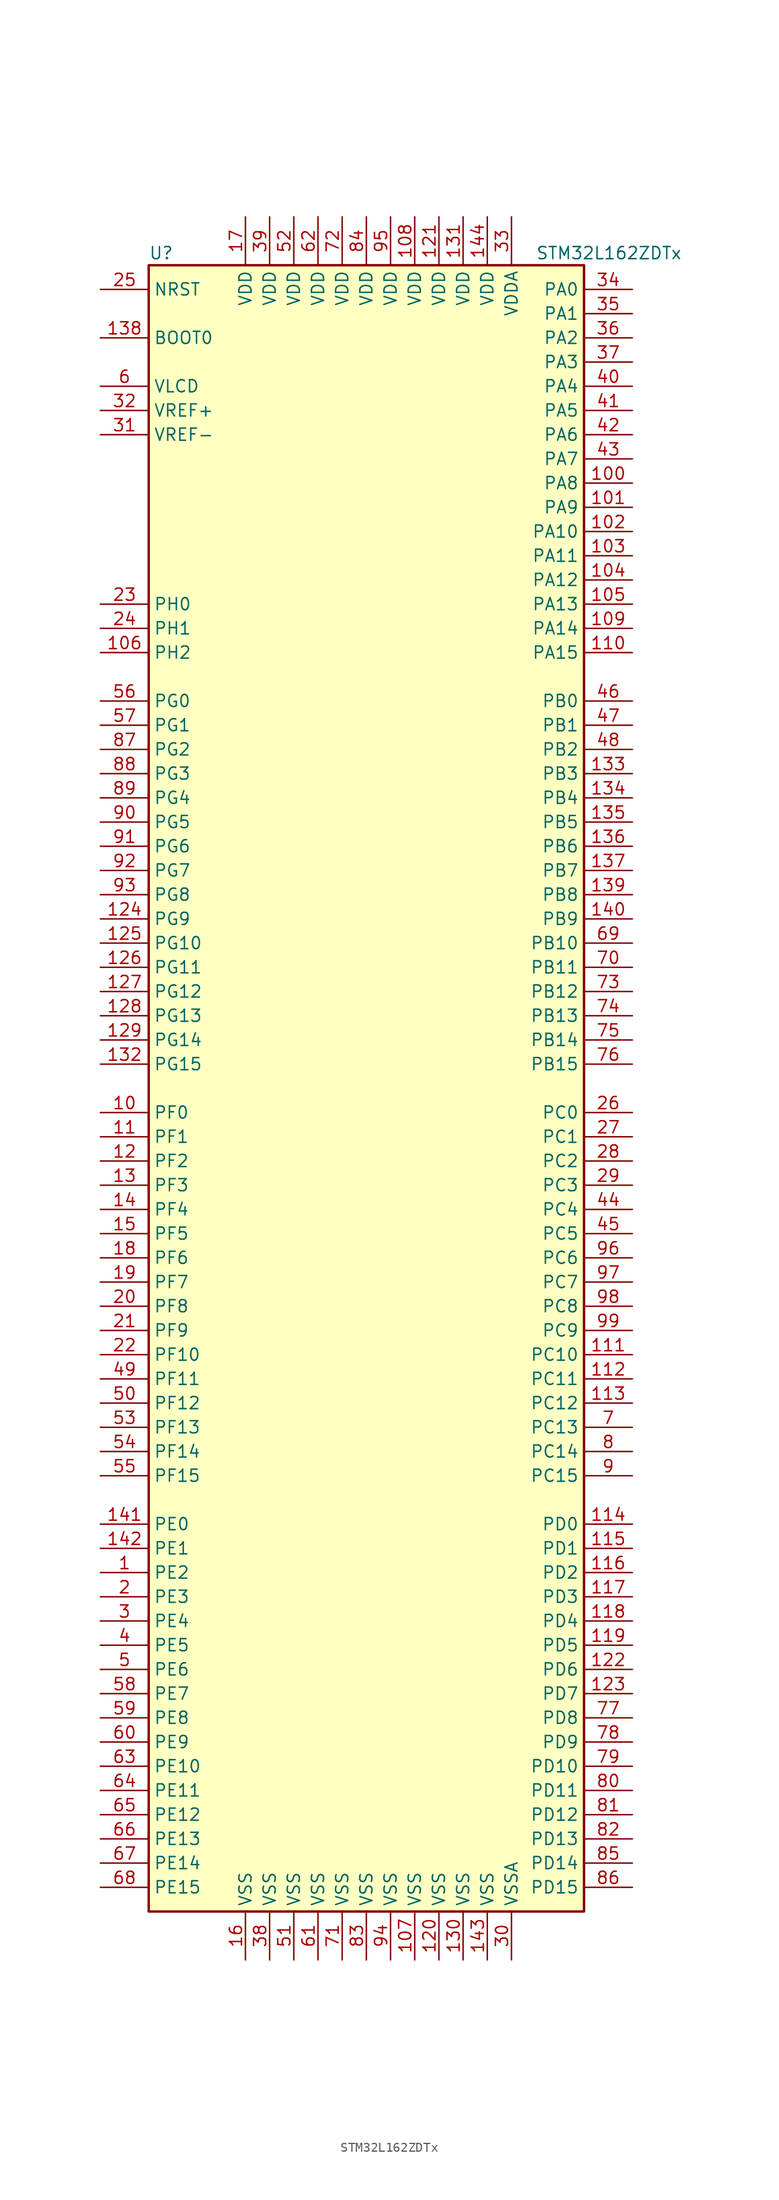
<source format=kicad_sym>
(kicad_symbol_lib
  (version 20201005)
  (generator kicad_symbol_editor)
  (symbol "STM32L162ZDTx"
    (property "Reference" "U"
      (at -22.86 87.63 0)
      (effects (font (size 1.27 1.27)) (justify left)))
    (property "Value" "STM32L162ZDTx"
      (at 17.78 87.63 0)
      (effects (font (size 1.27 1.27)) (justify left)))
    (symbol "STM32L162ZDTx_0_1"
      (rectangle (start -22.86 -86.36) (end 22.86 86.36) (stroke (width 0.254)) (fill (type background))))
    (symbol "STM32L162ZDTx_1_1"
      (pin input line (at -27.94 78.74 0) (length 5.08) (name "BOOT0" (effects (font (size 1.27 1.27)))) (number "138" (effects (font (size 1.27 1.27)))))
      (pin input line (at -27.94 83.82 0) (length 5.08) (name "NRST" (effects (font (size 1.27 1.27)))) (number "25" (effects (font (size 1.27 1.27)))))
      (pin bidirectional line (at 27.94 83.82 180) (length 5.08) (name "PA0" (effects (font (size 1.27 1.27)))) (number "34" (effects (font (size 1.27 1.27)))))
      (pin bidirectional line (at 27.94 81.28 180) (length 5.08) (name "PA1" (effects (font (size 1.27 1.27)))) (number "35" (effects (font (size 1.27 1.27)))))
      (pin bidirectional line (at 27.94 58.42 180) (length 5.08) (name "PA10" (effects (font (size 1.27 1.27)))) (number "102" (effects (font (size 1.27 1.27)))))
      (pin bidirectional line (at 27.94 55.88 180) (length 5.08) (name "PA11" (effects (font (size 1.27 1.27)))) (number "103" (effects (font (size 1.27 1.27)))))
      (pin bidirectional line (at 27.94 53.34 180) (length 5.08) (name "PA12" (effects (font (size 1.27 1.27)))) (number "104" (effects (font (size 1.27 1.27)))))
      (pin bidirectional line (at 27.94 50.8 180) (length 5.08) (name "PA13" (effects (font (size 1.27 1.27)))) (number "105" (effects (font (size 1.27 1.27)))))
      (pin bidirectional line (at 27.94 48.26 180) (length 5.08) (name "PA14" (effects (font (size 1.27 1.27)))) (number "109" (effects (font (size 1.27 1.27)))))
      (pin bidirectional line (at 27.94 45.72 180) (length 5.08) (name "PA15" (effects (font (size 1.27 1.27)))) (number "110" (effects (font (size 1.27 1.27)))))
      (pin bidirectional line (at 27.94 78.74 180) (length 5.08) (name "PA2" (effects (font (size 1.27 1.27)))) (number "36" (effects (font (size 1.27 1.27)))))
      (pin bidirectional line (at 27.94 76.2 180) (length 5.08) (name "PA3" (effects (font (size 1.27 1.27)))) (number "37" (effects (font (size 1.27 1.27)))))
      (pin bidirectional line (at 27.94 73.66 180) (length 5.08) (name "PA4" (effects (font (size 1.27 1.27)))) (number "40" (effects (font (size 1.27 1.27)))))
      (pin bidirectional line (at 27.94 71.12 180) (length 5.08) (name "PA5" (effects (font (size 1.27 1.27)))) (number "41" (effects (font (size 1.27 1.27)))))
      (pin bidirectional line (at 27.94 68.58 180) (length 5.08) (name "PA6" (effects (font (size 1.27 1.27)))) (number "42" (effects (font (size 1.27 1.27)))))
      (pin bidirectional line (at 27.94 66.04 180) (length 5.08) (name "PA7" (effects (font (size 1.27 1.27)))) (number "43" (effects (font (size 1.27 1.27)))))
      (pin bidirectional line (at 27.94 63.5 180) (length 5.08) (name "PA8" (effects (font (size 1.27 1.27)))) (number "100" (effects (font (size 1.27 1.27)))))
      (pin bidirectional line (at 27.94 60.96 180) (length 5.08) (name "PA9" (effects (font (size 1.27 1.27)))) (number "101" (effects (font (size 1.27 1.27)))))
      (pin bidirectional line (at 27.94 40.64 180) (length 5.08) (name "PB0" (effects (font (size 1.27 1.27)))) (number "46" (effects (font (size 1.27 1.27)))))
      (pin bidirectional line (at 27.94 38.1 180) (length 5.08) (name "PB1" (effects (font (size 1.27 1.27)))) (number "47" (effects (font (size 1.27 1.27)))))
      (pin bidirectional line (at 27.94 15.24 180) (length 5.08) (name "PB10" (effects (font (size 1.27 1.27)))) (number "69" (effects (font (size 1.27 1.27)))))
      (pin bidirectional line (at 27.94 12.7 180) (length 5.08) (name "PB11" (effects (font (size 1.27 1.27)))) (number "70" (effects (font (size 1.27 1.27)))))
      (pin bidirectional line (at 27.94 10.16 180) (length 5.08) (name "PB12" (effects (font (size 1.27 1.27)))) (number "73" (effects (font (size 1.27 1.27)))))
      (pin bidirectional line (at 27.94 7.62 180) (length 5.08) (name "PB13" (effects (font (size 1.27 1.27)))) (number "74" (effects (font (size 1.27 1.27)))))
      (pin bidirectional line (at 27.94 5.08 180) (length 5.08) (name "PB14" (effects (font (size 1.27 1.27)))) (number "75" (effects (font (size 1.27 1.27)))))
      (pin bidirectional line (at 27.94 2.54 180) (length 5.08) (name "PB15" (effects (font (size 1.27 1.27)))) (number "76" (effects (font (size 1.27 1.27)))))
      (pin bidirectional line (at 27.94 35.56 180) (length 5.08) (name "PB2" (effects (font (size 1.27 1.27)))) (number "48" (effects (font (size 1.27 1.27)))))
      (pin bidirectional line (at 27.94 33.02 180) (length 5.08) (name "PB3" (effects (font (size 1.27 1.27)))) (number "133" (effects (font (size 1.27 1.27)))))
      (pin bidirectional line (at 27.94 30.48 180) (length 5.08) (name "PB4" (effects (font (size 1.27 1.27)))) (number "134" (effects (font (size 1.27 1.27)))))
      (pin bidirectional line (at 27.94 27.94 180) (length 5.08) (name "PB5" (effects (font (size 1.27 1.27)))) (number "135" (effects (font (size 1.27 1.27)))))
      (pin bidirectional line (at 27.94 25.4 180) (length 5.08) (name "PB6" (effects (font (size 1.27 1.27)))) (number "136" (effects (font (size 1.27 1.27)))))
      (pin bidirectional line (at 27.94 22.86 180) (length 5.08) (name "PB7" (effects (font (size 1.27 1.27)))) (number "137" (effects (font (size 1.27 1.27)))))
      (pin bidirectional line (at 27.94 20.32 180) (length 5.08) (name "PB8" (effects (font (size 1.27 1.27)))) (number "139" (effects (font (size 1.27 1.27)))))
      (pin bidirectional line (at 27.94 17.78 180) (length 5.08) (name "PB9" (effects (font (size 1.27 1.27)))) (number "140" (effects (font (size 1.27 1.27)))))
      (pin bidirectional line (at 27.94 -2.54 180) (length 5.08) (name "PC0" (effects (font (size 1.27 1.27)))) (number "26" (effects (font (size 1.27 1.27)))))
      (pin bidirectional line (at 27.94 -5.08 180) (length 5.08) (name "PC1" (effects (font (size 1.27 1.27)))) (number "27" (effects (font (size 1.27 1.27)))))
      (pin bidirectional line (at 27.94 -27.94 180) (length 5.08) (name "PC10" (effects (font (size 1.27 1.27)))) (number "111" (effects (font (size 1.27 1.27)))))
      (pin bidirectional line (at 27.94 -30.48 180) (length 5.08) (name "PC11" (effects (font (size 1.27 1.27)))) (number "112" (effects (font (size 1.27 1.27)))))
      (pin bidirectional line (at 27.94 -33.02 180) (length 5.08) (name "PC12" (effects (font (size 1.27 1.27)))) (number "113" (effects (font (size 1.27 1.27)))))
      (pin bidirectional line (at 27.94 -35.56 180) (length 5.08) (name "PC13" (effects (font (size 1.27 1.27)))) (number "7" (effects (font (size 1.27 1.27)))))
      (pin bidirectional line (at 27.94 -38.1 180) (length 5.08) (name "PC14" (effects (font (size 1.27 1.27)))) (number "8" (effects (font (size 1.27 1.27)))))
      (pin bidirectional line (at 27.94 -40.64 180) (length 5.08) (name "PC15" (effects (font (size 1.27 1.27)))) (number "9" (effects (font (size 1.27 1.27)))))
      (pin bidirectional line (at 27.94 -7.62 180) (length 5.08) (name "PC2" (effects (font (size 1.27 1.27)))) (number "28" (effects (font (size 1.27 1.27)))))
      (pin bidirectional line (at 27.94 -10.16 180) (length 5.08) (name "PC3" (effects (font (size 1.27 1.27)))) (number "29" (effects (font (size 1.27 1.27)))))
      (pin bidirectional line (at 27.94 -12.7 180) (length 5.08) (name "PC4" (effects (font (size 1.27 1.27)))) (number "44" (effects (font (size 1.27 1.27)))))
      (pin bidirectional line (at 27.94 -15.24 180) (length 5.08) (name "PC5" (effects (font (size 1.27 1.27)))) (number "45" (effects (font (size 1.27 1.27)))))
      (pin bidirectional line (at 27.94 -17.78 180) (length 5.08) (name "PC6" (effects (font (size 1.27 1.27)))) (number "96" (effects (font (size 1.27 1.27)))))
      (pin bidirectional line (at 27.94 -20.32 180) (length 5.08) (name "PC7" (effects (font (size 1.27 1.27)))) (number "97" (effects (font (size 1.27 1.27)))))
      (pin bidirectional line (at 27.94 -22.86 180) (length 5.08) (name "PC8" (effects (font (size 1.27 1.27)))) (number "98" (effects (font (size 1.27 1.27)))))
      (pin bidirectional line (at 27.94 -25.4 180) (length 5.08) (name "PC9" (effects (font (size 1.27 1.27)))) (number "99" (effects (font (size 1.27 1.27)))))
      (pin bidirectional line (at 27.94 -45.72 180) (length 5.08) (name "PD0" (effects (font (size 1.27 1.27)))) (number "114" (effects (font (size 1.27 1.27)))))
      (pin bidirectional line (at 27.94 -48.26 180) (length 5.08) (name "PD1" (effects (font (size 1.27 1.27)))) (number "115" (effects (font (size 1.27 1.27)))))
      (pin bidirectional line (at 27.94 -71.12 180) (length 5.08) (name "PD10" (effects (font (size 1.27 1.27)))) (number "79" (effects (font (size 1.27 1.27)))))
      (pin bidirectional line (at 27.94 -73.66 180) (length 5.08) (name "PD11" (effects (font (size 1.27 1.27)))) (number "80" (effects (font (size 1.27 1.27)))))
      (pin bidirectional line (at 27.94 -76.2 180) (length 5.08) (name "PD12" (effects (font (size 1.27 1.27)))) (number "81" (effects (font (size 1.27 1.27)))))
      (pin bidirectional line (at 27.94 -78.74 180) (length 5.08) (name "PD13" (effects (font (size 1.27 1.27)))) (number "82" (effects (font (size 1.27 1.27)))))
      (pin bidirectional line (at 27.94 -81.28 180) (length 5.08) (name "PD14" (effects (font (size 1.27 1.27)))) (number "85" (effects (font (size 1.27 1.27)))))
      (pin bidirectional line (at 27.94 -83.82 180) (length 5.08) (name "PD15" (effects (font (size 1.27 1.27)))) (number "86" (effects (font (size 1.27 1.27)))))
      (pin bidirectional line (at 27.94 -50.8 180) (length 5.08) (name "PD2" (effects (font (size 1.27 1.27)))) (number "116" (effects (font (size 1.27 1.27)))))
      (pin bidirectional line (at 27.94 -53.34 180) (length 5.08) (name "PD3" (effects (font (size 1.27 1.27)))) (number "117" (effects (font (size 1.27 1.27)))))
      (pin bidirectional line (at 27.94 -55.88 180) (length 5.08) (name "PD4" (effects (font (size 1.27 1.27)))) (number "118" (effects (font (size 1.27 1.27)))))
      (pin bidirectional line (at 27.94 -58.42 180) (length 5.08) (name "PD5" (effects (font (size 1.27 1.27)))) (number "119" (effects (font (size 1.27 1.27)))))
      (pin bidirectional line (at 27.94 -60.96 180) (length 5.08) (name "PD6" (effects (font (size 1.27 1.27)))) (number "122" (effects (font (size 1.27 1.27)))))
      (pin bidirectional line (at 27.94 -63.5 180) (length 5.08) (name "PD7" (effects (font (size 1.27 1.27)))) (number "123" (effects (font (size 1.27 1.27)))))
      (pin bidirectional line (at 27.94 -66.04 180) (length 5.08) (name "PD8" (effects (font (size 1.27 1.27)))) (number "77" (effects (font (size 1.27 1.27)))))
      (pin bidirectional line (at 27.94 -68.58 180) (length 5.08) (name "PD9" (effects (font (size 1.27 1.27)))) (number "78" (effects (font (size 1.27 1.27)))))
      (pin bidirectional line (at -27.94 -45.72 0) (length 5.08) (name "PE0" (effects (font (size 1.27 1.27)))) (number "141" (effects (font (size 1.27 1.27)))))
      (pin bidirectional line (at -27.94 -48.26 0) (length 5.08) (name "PE1" (effects (font (size 1.27 1.27)))) (number "142" (effects (font (size 1.27 1.27)))))
      (pin bidirectional line (at -27.94 -71.12 0) (length 5.08) (name "PE10" (effects (font (size 1.27 1.27)))) (number "63" (effects (font (size 1.27 1.27)))))
      (pin bidirectional line (at -27.94 -73.66 0) (length 5.08) (name "PE11" (effects (font (size 1.27 1.27)))) (number "64" (effects (font (size 1.27 1.27)))))
      (pin bidirectional line (at -27.94 -76.2 0) (length 5.08) (name "PE12" (effects (font (size 1.27 1.27)))) (number "65" (effects (font (size 1.27 1.27)))))
      (pin bidirectional line (at -27.94 -78.74 0) (length 5.08) (name "PE13" (effects (font (size 1.27 1.27)))) (number "66" (effects (font (size 1.27 1.27)))))
      (pin bidirectional line (at -27.94 -81.28 0) (length 5.08) (name "PE14" (effects (font (size 1.27 1.27)))) (number "67" (effects (font (size 1.27 1.27)))))
      (pin bidirectional line (at -27.94 -83.82 0) (length 5.08) (name "PE15" (effects (font (size 1.27 1.27)))) (number "68" (effects (font (size 1.27 1.27)))))
      (pin bidirectional line (at -27.94 -50.8 0) (length 5.08) (name "PE2" (effects (font (size 1.27 1.27)))) (number "1" (effects (font (size 1.27 1.27)))))
      (pin bidirectional line (at -27.94 -53.34 0) (length 5.08) (name "PE3" (effects (font (size 1.27 1.27)))) (number "2" (effects (font (size 1.27 1.27)))))
      (pin bidirectional line (at -27.94 -55.88 0) (length 5.08) (name "PE4" (effects (font (size 1.27 1.27)))) (number "3" (effects (font (size 1.27 1.27)))))
      (pin bidirectional line (at -27.94 -58.42 0) (length 5.08) (name "PE5" (effects (font (size 1.27 1.27)))) (number "4" (effects (font (size 1.27 1.27)))))
      (pin bidirectional line (at -27.94 -60.96 0) (length 5.08) (name "PE6" (effects (font (size 1.27 1.27)))) (number "5" (effects (font (size 1.27 1.27)))))
      (pin bidirectional line (at -27.94 -63.5 0) (length 5.08) (name "PE7" (effects (font (size 1.27 1.27)))) (number "58" (effects (font (size 1.27 1.27)))))
      (pin bidirectional line (at -27.94 -66.04 0) (length 5.08) (name "PE8" (effects (font (size 1.27 1.27)))) (number "59" (effects (font (size 1.27 1.27)))))
      (pin bidirectional line (at -27.94 -68.58 0) (length 5.08) (name "PE9" (effects (font (size 1.27 1.27)))) (number "60" (effects (font (size 1.27 1.27)))))
      (pin bidirectional line (at -27.94 -2.54 0) (length 5.08) (name "PF0" (effects (font (size 1.27 1.27)))) (number "10" (effects (font (size 1.27 1.27)))))
      (pin bidirectional line (at -27.94 -5.08 0) (length 5.08) (name "PF1" (effects (font (size 1.27 1.27)))) (number "11" (effects (font (size 1.27 1.27)))))
      (pin bidirectional line (at -27.94 -27.94 0) (length 5.08) (name "PF10" (effects (font (size 1.27 1.27)))) (number "22" (effects (font (size 1.27 1.27)))))
      (pin bidirectional line (at -27.94 -30.48 0) (length 5.08) (name "PF11" (effects (font (size 1.27 1.27)))) (number "49" (effects (font (size 1.27 1.27)))))
      (pin bidirectional line (at -27.94 -33.02 0) (length 5.08) (name "PF12" (effects (font (size 1.27 1.27)))) (number "50" (effects (font (size 1.27 1.27)))))
      (pin bidirectional line (at -27.94 -35.56 0) (length 5.08) (name "PF13" (effects (font (size 1.27 1.27)))) (number "53" (effects (font (size 1.27 1.27)))))
      (pin bidirectional line (at -27.94 -38.1 0) (length 5.08) (name "PF14" (effects (font (size 1.27 1.27)))) (number "54" (effects (font (size 1.27 1.27)))))
      (pin bidirectional line (at -27.94 -40.64 0) (length 5.08) (name "PF15" (effects (font (size 1.27 1.27)))) (number "55" (effects (font (size 1.27 1.27)))))
      (pin bidirectional line (at -27.94 -7.62 0) (length 5.08) (name "PF2" (effects (font (size 1.27 1.27)))) (number "12" (effects (font (size 1.27 1.27)))))
      (pin bidirectional line (at -27.94 -10.16 0) (length 5.08) (name "PF3" (effects (font (size 1.27 1.27)))) (number "13" (effects (font (size 1.27 1.27)))))
      (pin bidirectional line (at -27.94 -12.7 0) (length 5.08) (name "PF4" (effects (font (size 1.27 1.27)))) (number "14" (effects (font (size 1.27 1.27)))))
      (pin bidirectional line (at -27.94 -15.24 0) (length 5.08) (name "PF5" (effects (font (size 1.27 1.27)))) (number "15" (effects (font (size 1.27 1.27)))))
      (pin bidirectional line (at -27.94 -17.78 0) (length 5.08) (name "PF6" (effects (font (size 1.27 1.27)))) (number "18" (effects (font (size 1.27 1.27)))))
      (pin bidirectional line (at -27.94 -20.32 0) (length 5.08) (name "PF7" (effects (font (size 1.27 1.27)))) (number "19" (effects (font (size 1.27 1.27)))))
      (pin bidirectional line (at -27.94 -22.86 0) (length 5.08) (name "PF8" (effects (font (size 1.27 1.27)))) (number "20" (effects (font (size 1.27 1.27)))))
      (pin bidirectional line (at -27.94 -25.4 0) (length 5.08) (name "PF9" (effects (font (size 1.27 1.27)))) (number "21" (effects (font (size 1.27 1.27)))))
      (pin bidirectional line (at -27.94 40.64 0) (length 5.08) (name "PG0" (effects (font (size 1.27 1.27)))) (number "56" (effects (font (size 1.27 1.27)))))
      (pin bidirectional line (at -27.94 38.1 0) (length 5.08) (name "PG1" (effects (font (size 1.27 1.27)))) (number "57" (effects (font (size 1.27 1.27)))))
      (pin bidirectional line (at -27.94 15.24 0) (length 5.08) (name "PG10" (effects (font (size 1.27 1.27)))) (number "125" (effects (font (size 1.27 1.27)))))
      (pin bidirectional line (at -27.94 12.7 0) (length 5.08) (name "PG11" (effects (font (size 1.27 1.27)))) (number "126" (effects (font (size 1.27 1.27)))))
      (pin bidirectional line (at -27.94 10.16 0) (length 5.08) (name "PG12" (effects (font (size 1.27 1.27)))) (number "127" (effects (font (size 1.27 1.27)))))
      (pin bidirectional line (at -27.94 7.62 0) (length 5.08) (name "PG13" (effects (font (size 1.27 1.27)))) (number "128" (effects (font (size 1.27 1.27)))))
      (pin bidirectional line (at -27.94 5.08 0) (length 5.08) (name "PG14" (effects (font (size 1.27 1.27)))) (number "129" (effects (font (size 1.27 1.27)))))
      (pin bidirectional line (at -27.94 2.54 0) (length 5.08) (name "PG15" (effects (font (size 1.27 1.27)))) (number "132" (effects (font (size 1.27 1.27)))))
      (pin bidirectional line (at -27.94 35.56 0) (length 5.08) (name "PG2" (effects (font (size 1.27 1.27)))) (number "87" (effects (font (size 1.27 1.27)))))
      (pin bidirectional line (at -27.94 33.02 0) (length 5.08) (name "PG3" (effects (font (size 1.27 1.27)))) (number "88" (effects (font (size 1.27 1.27)))))
      (pin bidirectional line (at -27.94 30.48 0) (length 5.08) (name "PG4" (effects (font (size 1.27 1.27)))) (number "89" (effects (font (size 1.27 1.27)))))
      (pin bidirectional line (at -27.94 27.94 0) (length 5.08) (name "PG5" (effects (font (size 1.27 1.27)))) (number "90" (effects (font (size 1.27 1.27)))))
      (pin bidirectional line (at -27.94 25.4 0) (length 5.08) (name "PG6" (effects (font (size 1.27 1.27)))) (number "91" (effects (font (size 1.27 1.27)))))
      (pin bidirectional line (at -27.94 22.86 0) (length 5.08) (name "PG7" (effects (font (size 1.27 1.27)))) (number "92" (effects (font (size 1.27 1.27)))))
      (pin bidirectional line (at -27.94 20.32 0) (length 5.08) (name "PG8" (effects (font (size 1.27 1.27)))) (number "93" (effects (font (size 1.27 1.27)))))
      (pin bidirectional line (at -27.94 17.78 0) (length 5.08) (name "PG9" (effects (font (size 1.27 1.27)))) (number "124" (effects (font (size 1.27 1.27)))))
      (pin input line (at -27.94 50.8 0) (length 5.08) (name "PH0" (effects (font (size 1.27 1.27)))) (number "23" (effects (font (size 1.27 1.27)))))
      (pin input line (at -27.94 48.26 0) (length 5.08) (name "PH1" (effects (font (size 1.27 1.27)))) (number "24" (effects (font (size 1.27 1.27)))))
      (pin bidirectional line (at -27.94 45.72 0) (length 5.08) (name "PH2" (effects (font (size 1.27 1.27)))) (number "106" (effects (font (size 1.27 1.27)))))
      (pin power_in line (at 5.08 91.44 270) (length 5.08) (name "VDD" (effects (font (size 1.27 1.27)))) (number "108" (effects (font (size 1.27 1.27)))))
      (pin power_in line (at 7.62 91.44 270) (length 5.08) (name "VDD" (effects (font (size 1.27 1.27)))) (number "121" (effects (font (size 1.27 1.27)))))
      (pin power_in line (at 10.16 91.44 270) (length 5.08) (name "VDD" (effects (font (size 1.27 1.27)))) (number "131" (effects (font (size 1.27 1.27)))))
      (pin power_in line (at 12.7 91.44 270) (length 5.08) (name "VDD" (effects (font (size 1.27 1.27)))) (number "144" (effects (font (size 1.27 1.27)))))
      (pin power_in line (at -12.7 91.44 270) (length 5.08) (name "VDD" (effects (font (size 1.27 1.27)))) (number "17" (effects (font (size 1.27 1.27)))))
      (pin power_in line (at -10.16 91.44 270) (length 5.08) (name "VDD" (effects (font (size 1.27 1.27)))) (number "39" (effects (font (size 1.27 1.27)))))
      (pin power_in line (at -7.62 91.44 270) (length 5.08) (name "VDD" (effects (font (size 1.27 1.27)))) (number "52" (effects (font (size 1.27 1.27)))))
      (pin power_in line (at -5.08 91.44 270) (length 5.08) (name "VDD" (effects (font (size 1.27 1.27)))) (number "62" (effects (font (size 1.27 1.27)))))
      (pin power_in line (at -2.54 91.44 270) (length 5.08) (name "VDD" (effects (font (size 1.27 1.27)))) (number "72" (effects (font (size 1.27 1.27)))))
      (pin power_in line (at 0 91.44 270) (length 5.08) (name "VDD" (effects (font (size 1.27 1.27)))) (number "84" (effects (font (size 1.27 1.27)))))
      (pin power_in line (at 2.54 91.44 270) (length 5.08) (name "VDD" (effects (font (size 1.27 1.27)))) (number "95" (effects (font (size 1.27 1.27)))))
      (pin power_in line (at 15.24 91.44 270) (length 5.08) (name "VDDA" (effects (font (size 1.27 1.27)))) (number "33" (effects (font (size 1.27 1.27)))))
      (pin power_in line (at -27.94 73.66 0) (length 5.08) (name "VLCD" (effects (font (size 1.27 1.27)))) (number "6" (effects (font (size 1.27 1.27)))))
      (pin power_in line (at -27.94 71.12 0) (length 5.08) (name "VREF+" (effects (font (size 1.27 1.27)))) (number "32" (effects (font (size 1.27 1.27)))))
      (pin power_in line (at -27.94 68.58 0) (length 5.08) (name "VREF-" (effects (font (size 1.27 1.27)))) (number "31" (effects (font (size 1.27 1.27)))))
      (pin power_in line (at 5.08 -91.44 90) (length 5.08) (name "VSS" (effects (font (size 1.27 1.27)))) (number "107" (effects (font (size 1.27 1.27)))))
      (pin power_in line (at 7.62 -91.44 90) (length 5.08) (name "VSS" (effects (font (size 1.27 1.27)))) (number "120" (effects (font (size 1.27 1.27)))))
      (pin power_in line (at 10.16 -91.44 90) (length 5.08) (name "VSS" (effects (font (size 1.27 1.27)))) (number "130" (effects (font (size 1.27 1.27)))))
      (pin power_in line (at 12.7 -91.44 90) (length 5.08) (name "VSS" (effects (font (size 1.27 1.27)))) (number "143" (effects (font (size 1.27 1.27)))))
      (pin power_in line (at -12.7 -91.44 90) (length 5.08) (name "VSS" (effects (font (size 1.27 1.27)))) (number "16" (effects (font (size 1.27 1.27)))))
      (pin power_in line (at -10.16 -91.44 90) (length 5.08) (name "VSS" (effects (font (size 1.27 1.27)))) (number "38" (effects (font (size 1.27 1.27)))))
      (pin power_in line (at -7.62 -91.44 90) (length 5.08) (name "VSS" (effects (font (size 1.27 1.27)))) (number "51" (effects (font (size 1.27 1.27)))))
      (pin power_in line (at -5.08 -91.44 90) (length 5.08) (name "VSS" (effects (font (size 1.27 1.27)))) (number "61" (effects (font (size 1.27 1.27)))))
      (pin power_in line (at -2.54 -91.44 90) (length 5.08) (name "VSS" (effects (font (size 1.27 1.27)))) (number "71" (effects (font (size 1.27 1.27)))))
      (pin power_in line (at 0 -91.44 90) (length 5.08) (name "VSS" (effects (font (size 1.27 1.27)))) (number "83" (effects (font (size 1.27 1.27)))))
      (pin power_in line (at 2.54 -91.44 90) (length 5.08) (name "VSS" (effects (font (size 1.27 1.27)))) (number "94" (effects (font (size 1.27 1.27)))))
      (pin power_in line (at 15.24 -91.44 90) (length 5.08) (name "VSSA" (effects (font (size 1.27 1.27)))) (number "30" (effects (font (size 1.27 1.27))))))))
</source>
